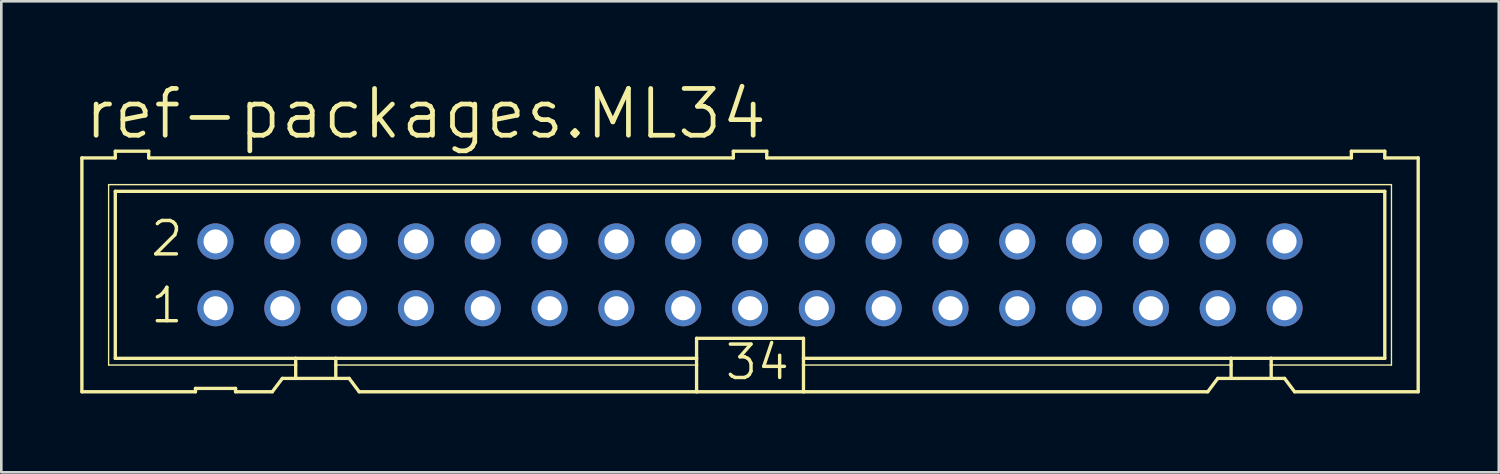
<source format=kicad_pcb>
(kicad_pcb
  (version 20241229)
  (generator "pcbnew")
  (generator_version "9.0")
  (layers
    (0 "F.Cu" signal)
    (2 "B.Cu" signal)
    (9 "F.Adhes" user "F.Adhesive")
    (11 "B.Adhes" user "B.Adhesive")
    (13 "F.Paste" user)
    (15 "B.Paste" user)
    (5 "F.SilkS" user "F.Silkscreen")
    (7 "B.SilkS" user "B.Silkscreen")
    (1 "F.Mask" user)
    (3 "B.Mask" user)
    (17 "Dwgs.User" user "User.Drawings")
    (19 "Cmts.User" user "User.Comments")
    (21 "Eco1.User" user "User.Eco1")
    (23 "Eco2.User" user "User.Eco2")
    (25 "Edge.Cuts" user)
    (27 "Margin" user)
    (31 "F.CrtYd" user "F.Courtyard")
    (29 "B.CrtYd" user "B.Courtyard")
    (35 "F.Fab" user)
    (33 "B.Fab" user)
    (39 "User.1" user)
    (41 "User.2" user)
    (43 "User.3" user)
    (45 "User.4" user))
  (footprint "ref-packages.ML34"
    (layer "F.Cu")
    (at 25.463 7.398)
    (property "Reference" "ref-packages.ML34" (at -25.4 -5.08 0) (layer "F.SilkS") (effects (font (size 1.778 1.778) (thickness 0.18)) (justify left bottom)))
    (attr through_hole)
    (fp_line (start -25.4 -4.445) (end -25.4 4.445) (stroke (width 0.127) (type default)) (layer "F.SilkS"))
    (fp_line (start -25.4 -4.445) (end -24.13 -4.445) (stroke (width 0.127) (type default)) (layer "F.SilkS"))
    (fp_line (start -25.4 4.445) (end -21.082 4.445) (stroke (width 0.127) (type default)) (layer "F.SilkS"))
    (fp_line (start -24.384 -3.429) (end -24.384 3.429) (stroke (width 0.051) (type default)) (layer "F.SilkS"))
    (fp_line (start -24.384 3.429) (end -17.272 3.429) (stroke (width 0.051) (type default)) (layer "F.SilkS"))
    (fp_line (start -24.13 -4.699) (end -24.13 -4.445) (stroke (width 0.127) (type default)) (layer "F.SilkS"))
    (fp_line (start -24.13 -3.175) (end -24.13 3.175) (stroke (width 0.127) (type default)) (layer "F.SilkS"))
    (fp_line (start -24.13 -3.175) (end 24.13 -3.175) (stroke (width 0.127) (type default)) (layer "F.SilkS"))
    (fp_line (start -22.86 -4.699) (end -24.13 -4.699) (stroke (width 0.127) (type default)) (layer "F.SilkS"))
    (fp_line (start -22.86 -4.699) (end -22.86 -4.445) (stroke (width 0.127) (type default)) (layer "F.SilkS"))
    (fp_line (start -22.86 -4.445) (end -0.635 -4.445) (stroke (width 0.127) (type default)) (layer "F.SilkS"))
    (fp_line (start -21.082 4.318) (end -21.082 4.445) (stroke (width 0.127) (type default)) (layer "F.SilkS"))
    (fp_line (start -21.082 4.318) (end -19.558 4.318) (stroke (width 0.127) (type default)) (layer "F.SilkS"))
    (fp_line (start -19.558 4.445) (end -19.558 4.318) (stroke (width 0.127) (type default)) (layer "F.SilkS"))
    (fp_line (start -19.558 4.445) (end -18.161 4.445) (stroke (width 0.127) (type default)) (layer "F.SilkS"))
    (fp_line (start -18.161 4.445) (end -17.78 3.937) (stroke (width 0.127) (type default)) (layer "F.SilkS"))
    (fp_line (start -17.272 3.175) (end -24.13 3.175) (stroke (width 0.127) (type default)) (layer "F.SilkS"))
    (fp_line (start -17.272 3.175) (end -17.272 3.429) (stroke (width 0.127) (type default)) (layer "F.SilkS"))
    (fp_line (start -17.272 3.429) (end -17.272 3.937) (stroke (width 0.127) (type default)) (layer "F.SilkS"))
    (fp_line (start -17.272 3.937) (end -17.78 3.937) (stroke (width 0.127) (type default)) (layer "F.SilkS"))
    (fp_line (start -15.748 3.175) (end -17.272 3.175) (stroke (width 0.127) (type default)) (layer "F.SilkS"))
    (fp_line (start -15.748 3.175) (end -15.748 3.429) (stroke (width 0.127) (type default)) (layer "F.SilkS"))
    (fp_line (start -15.748 3.429) (end -15.748 3.937) (stroke (width 0.127) (type default)) (layer "F.SilkS"))
    (fp_line (start -15.748 3.429) (end -2.032 3.429) (stroke (width 0.051) (type default)) (layer "F.SilkS"))
    (fp_line (start -15.748 3.937) (end -17.272 3.937) (stroke (width 0.127) (type default)) (layer "F.SilkS"))
    (fp_line (start -15.24 3.937) (end -15.748 3.937) (stroke (width 0.127) (type default)) (layer "F.SilkS"))
    (fp_line (start -15.24 3.937) (end -14.859 4.445) (stroke (width 0.127) (type default)) (layer "F.SilkS"))
    (fp_line (start -14.859 4.445) (end -2.032 4.445) (stroke (width 0.127) (type default)) (layer "F.SilkS"))
    (fp_line (start -2.032 3.175) (end -15.748 3.175) (stroke (width 0.127) (type default)) (layer "F.SilkS"))
    (fp_line (start -2.032 3.175) (end -2.032 2.413) (stroke (width 0.127) (type default)) (layer "F.SilkS"))
    (fp_line (start -2.032 3.175) (end -2.032 3.429) (stroke (width 0.127) (type default)) (layer "F.SilkS"))
    (fp_line (start -2.032 3.429) (end -2.032 4.445) (stroke (width 0.127) (type default)) (layer "F.SilkS"))
    (fp_line (start -0.635 -4.699) (end -0.635 -4.445) (stroke (width 0.127) (type default)) (layer "F.SilkS"))
    (fp_line (start 0.635 -4.699) (end -0.635 -4.699) (stroke (width 0.127) (type default)) (layer "F.SilkS"))
    (fp_line (start 0.635 -4.699) (end 0.635 -4.445) (stroke (width 0.127) (type default)) (layer "F.SilkS"))
    (fp_line (start 0.635 -4.445) (end 22.86 -4.445) (stroke (width 0.127) (type default)) (layer "F.SilkS"))
    (fp_line (start 2.032 2.413) (end -2.032 2.413) (stroke (width 0.127) (type default)) (layer "F.SilkS"))
    (fp_line (start 2.032 2.413) (end 2.032 3.175) (stroke (width 0.127) (type default)) (layer "F.SilkS"))
    (fp_line (start 2.032 3.175) (end 2.032 3.429) (stroke (width 0.127) (type default)) (layer "F.SilkS"))
    (fp_line (start 2.032 3.429) (end 2.032 4.445) (stroke (width 0.127) (type default)) (layer "F.SilkS"))
    (fp_line (start 2.032 4.445) (end -2.032 4.445) (stroke (width 0.127) (type default)) (layer "F.SilkS"))
    (fp_line (start 17.399 4.445) (end 2.032 4.445) (stroke (width 0.127) (type default)) (layer "F.SilkS"))
    (fp_line (start 17.399 4.445) (end 17.78 3.937) (stroke (width 0.127) (type default)) (layer "F.SilkS"))
    (fp_line (start 18.288 3.175) (end 2.032 3.175) (stroke (width 0.127) (type default)) (layer "F.SilkS"))
    (fp_line (start 18.288 3.175) (end 18.288 3.429) (stroke (width 0.127) (type default)) (layer "F.SilkS"))
    (fp_line (start 18.288 3.429) (end 2.032 3.429) (stroke (width 0.051) (type default)) (layer "F.SilkS"))
    (fp_line (start 18.288 3.429) (end 18.288 3.937) (stroke (width 0.127) (type default)) (layer "F.SilkS"))
    (fp_line (start 18.288 3.937) (end 17.78 3.937) (stroke (width 0.127) (type default)) (layer "F.SilkS"))
    (fp_line (start 19.812 3.175) (end 18.288 3.175) (stroke (width 0.127) (type default)) (layer "F.SilkS"))
    (fp_line (start 19.812 3.175) (end 19.812 3.429) (stroke (width 0.127) (type default)) (layer "F.SilkS"))
    (fp_line (start 19.812 3.429) (end 19.812 3.937) (stroke (width 0.127) (type default)) (layer "F.SilkS"))
    (fp_line (start 19.812 3.429) (end 24.384 3.429) (stroke (width 0.051) (type default)) (layer "F.SilkS"))
    (fp_line (start 19.812 3.937) (end 18.288 3.937) (stroke (width 0.127) (type default)) (layer "F.SilkS"))
    (fp_line (start 20.32 3.937) (end 19.812 3.937) (stroke (width 0.127) (type default)) (layer "F.SilkS"))
    (fp_line (start 20.32 3.937) (end 20.701 4.445) (stroke (width 0.127) (type default)) (layer "F.SilkS"))
    (fp_line (start 22.86 -4.445) (end 22.86 -4.699) (stroke (width 0.127) (type default)) (layer "F.SilkS"))
    (fp_line (start 24.13 -4.699) (end 22.86 -4.699) (stroke (width 0.127) (type default)) (layer "F.SilkS"))
    (fp_line (start 24.13 -4.445) (end 24.13 -4.699) (stroke (width 0.127) (type default)) (layer "F.SilkS"))
    (fp_line (start 24.13 -4.445) (end 25.4 -4.445) (stroke (width 0.127) (type default)) (layer "F.SilkS"))
    (fp_line (start 24.13 3.175) (end 19.812 3.175) (stroke (width 0.127) (type default)) (layer "F.SilkS"))
    (fp_line (start 24.13 3.175) (end 24.13 -3.175) (stroke (width 0.127) (type default)) (layer "F.SilkS"))
    (fp_line (start 24.384 -3.429) (end -24.384 -3.429) (stroke (width 0.051) (type default)) (layer "F.SilkS"))
    (fp_line (start 24.384 3.429) (end 24.384 -3.429) (stroke (width 0.051) (type default)) (layer "F.SilkS"))
    (fp_line (start 25.4 4.445) (end 20.701 4.445) (stroke (width 0.127) (type default)) (layer "F.SilkS"))
    (fp_line (start 25.4 4.445) (end 25.4 -4.445) (stroke (width 0.127) (type default)) (layer "F.SilkS"))
    (fp_rect (start -20.574 -1.016) (end -20.066 -1.524) (stroke (width 0.05) (type default)) (fill no) (layer "F.Fab"))
    (fp_rect (start -20.574 1.524) (end -20.066 1.016) (stroke (width 0.05) (type default)) (fill no) (layer "F.Fab"))
    (fp_rect (start -18.034 -1.016) (end -17.526 -1.524) (stroke (width 0.05) (type default)) (fill no) (layer "F.Fab"))
    (fp_rect (start -18.034 1.524) (end -17.526 1.016) (stroke (width 0.05) (type default)) (fill no) (layer "F.Fab"))
    (fp_rect (start -15.494 -1.016) (end -14.986 -1.524) (stroke (width 0.05) (type default)) (fill no) (layer "F.Fab"))
    (fp_rect (start -15.494 1.524) (end -14.986 1.016) (stroke (width 0.05) (type default)) (fill no) (layer "F.Fab"))
    (fp_rect (start -12.954 -1.016) (end -12.446 -1.524) (stroke (width 0.05) (type default)) (fill no) (layer "F.Fab"))
    (fp_rect (start -12.954 1.524) (end -12.446 1.016) (stroke (width 0.05) (type default)) (fill no) (layer "F.Fab"))
    (fp_rect (start -10.414 -1.016) (end -9.906 -1.524) (stroke (width 0.05) (type default)) (fill no) (layer "F.Fab"))
    (fp_rect (start -10.414 1.524) (end -9.906 1.016) (stroke (width 0.05) (type default)) (fill no) (layer "F.Fab"))
    (fp_rect (start -7.874 -1.016) (end -7.366 -1.524) (stroke (width 0.05) (type default)) (fill no) (layer "F.Fab"))
    (fp_rect (start -7.874 1.524) (end -7.366 1.016) (stroke (width 0.05) (type default)) (fill no) (layer "F.Fab"))
    (fp_rect (start -5.334 -1.016) (end -4.826 -1.524) (stroke (width 0.05) (type default)) (fill no) (layer "F.Fab"))
    (fp_rect (start -5.334 1.524) (end -4.826 1.016) (stroke (width 0.05) (type default)) (fill no) (layer "F.Fab"))
    (fp_rect (start -2.794 -1.016) (end -2.286 -1.524) (stroke (width 0.05) (type default)) (fill no) (layer "F.Fab"))
    (fp_rect (start -2.794 1.524) (end -2.286 1.016) (stroke (width 0.05) (type default)) (fill no) (layer "F.Fab"))
    (fp_rect (start -0.254 -1.016) (end 0.254 -1.524) (stroke (width 0.05) (type default)) (fill no) (layer "F.Fab"))
    (fp_rect (start -0.254 1.524) (end 0.254 1.016) (stroke (width 0.05) (type default)) (fill no) (layer "F.Fab"))
    (fp_rect (start 2.286 -1.016) (end 2.794 -1.524) (stroke (width 0.05) (type default)) (fill no) (layer "F.Fab"))
    (fp_rect (start 2.286 1.524) (end 2.794 1.016) (stroke (width 0.05) (type default)) (fill no) (layer "F.Fab"))
    (fp_rect (start 4.826 -1.016) (end 5.334 -1.524) (stroke (width 0.05) (type default)) (fill no) (layer "F.Fab"))
    (fp_rect (start 4.826 1.524) (end 5.334 1.016) (stroke (width 0.05) (type default)) (fill no) (layer "F.Fab"))
    (fp_rect (start 7.366 -1.016) (end 7.874 -1.524) (stroke (width 0.05) (type default)) (fill no) (layer "F.Fab"))
    (fp_rect (start 7.366 1.524) (end 7.874 1.016) (stroke (width 0.05) (type default)) (fill no) (layer "F.Fab"))
    (fp_rect (start 9.906 -1.016) (end 10.414 -1.524) (stroke (width 0.05) (type default)) (fill no) (layer "F.Fab"))
    (fp_rect (start 9.906 1.524) (end 10.414 1.016) (stroke (width 0.05) (type default)) (fill no) (layer "F.Fab"))
    (fp_rect (start 12.446 -1.016) (end 12.954 -1.524) (stroke (width 0.05) (type default)) (fill no) (layer "F.Fab"))
    (fp_rect (start 12.446 1.524) (end 12.954 1.016) (stroke (width 0.05) (type default)) (fill no) (layer "F.Fab"))
    (fp_rect (start 14.986 -1.016) (end 15.494 -1.524) (stroke (width 0.05) (type default)) (fill no) (layer "F.Fab"))
    (fp_rect (start 14.986 1.524) (end 15.494 1.016) (stroke (width 0.05) (type default)) (fill no) (layer "F.Fab"))
    (fp_rect (start 17.526 -1.016) (end 18.034 -1.524) (stroke (width 0.05) (type default)) (fill no) (layer "F.Fab"))
    (fp_rect (start 17.526 1.524) (end 18.034 1.016) (stroke (width 0.05) (type default)) (fill no) (layer "F.Fab"))
    (fp_rect (start 20.066 -1.016) (end 20.574 -1.524) (stroke (width 0.05) (type default)) (fill no) (layer "F.Fab"))
    (fp_rect (start 20.066 1.524) (end 20.574 1.016) (stroke (width 0.05) (type default)) (fill no) (layer "F.Fab"))
    (fp_text user "1" (at -22.86 1.905 0) (layer "F.SilkS") (effects (font (size 1.27 1.27) (thickness 0.13)) (justify left bottom)))
    (fp_text user "34" (at -1.016 4.064 0) (layer "F.SilkS") (effects (font (size 1.27 1.27) (thickness 0.13)) (justify left bottom)))
    (fp_text user "2" (at -22.86 -0.635 0) (layer "F.SilkS") (effects (font (size 1.27 1.27) (thickness 0.13)) (justify left bottom)))
    (pad "1" thru_hole circle (at -20.32 1.27) (size 1.372 1.372) (drill 0.914) (layers "*.Cu" "*.Mask"))
    (pad "2" thru_hole circle (at -20.32 -1.27) (size 1.372 1.372) (drill 0.914) (layers "*.Cu" "*.Mask"))
    (pad "3" thru_hole circle (at -17.78 1.27) (size 1.372 1.372) (drill 0.914) (layers "*.Cu" "*.Mask"))
    (pad "4" thru_hole circle (at -17.78 -1.27) (size 1.372 1.372) (drill 0.914) (layers "*.Cu" "*.Mask"))
    (pad "5" thru_hole circle (at -15.24 1.27) (size 1.372 1.372) (drill 0.914) (layers "*.Cu" "*.Mask"))
    (pad "6" thru_hole circle (at -15.24 -1.27) (size 1.372 1.372) (drill 0.914) (layers "*.Cu" "*.Mask"))
    (pad "7" thru_hole circle (at -12.7 1.27) (size 1.372 1.372) (drill 0.914) (layers "*.Cu" "*.Mask"))
    (pad "8" thru_hole circle (at -12.7 -1.27) (size 1.372 1.372) (drill 0.914) (layers "*.Cu" "*.Mask"))
    (pad "9" thru_hole circle (at -10.16 1.27) (size 1.372 1.372) (drill 0.914) (layers "*.Cu" "*.Mask"))
    (pad "10" thru_hole circle (at -10.16 -1.27) (size 1.372 1.372) (drill 0.914) (layers "*.Cu" "*.Mask"))
    (pad "11" thru_hole circle (at -7.62 1.27) (size 1.372 1.372) (drill 0.914) (layers "*.Cu" "*.Mask"))
    (pad "12" thru_hole circle (at -7.62 -1.27) (size 1.372 1.372) (drill 0.914) (layers "*.Cu" "*.Mask"))
    (pad "13" thru_hole circle (at -5.08 1.27) (size 1.372 1.372) (drill 0.914) (layers "*.Cu" "*.Mask"))
    (pad "14" thru_hole circle (at -5.08 -1.27) (size 1.372 1.372) (drill 0.914) (layers "*.Cu" "*.Mask"))
    (pad "15" thru_hole circle (at -2.54 1.27) (size 1.372 1.372) (drill 0.914) (layers "*.Cu" "*.Mask"))
    (pad "16" thru_hole circle (at -2.54 -1.27) (size 1.372 1.372) (drill 0.914) (layers "*.Cu" "*.Mask"))
    (pad "17" thru_hole circle (at 0 1.27) (size 1.372 1.372) (drill 0.914) (layers "*.Cu" "*.Mask"))
    (pad "18" thru_hole circle (at 0 -1.27) (size 1.372 1.372) (drill 0.914) (layers "*.Cu" "*.Mask"))
    (pad "19" thru_hole circle (at 2.54 1.27) (size 1.372 1.372) (drill 0.914) (layers "*.Cu" "*.Mask"))
    (pad "20" thru_hole circle (at 2.54 -1.27) (size 1.372 1.372) (drill 0.914) (layers "*.Cu" "*.Mask"))
    (pad "21" thru_hole circle (at 5.08 1.27) (size 1.372 1.372) (drill 0.914) (layers "*.Cu" "*.Mask"))
    (pad "22" thru_hole circle (at 5.08 -1.27) (size 1.372 1.372) (drill 0.914) (layers "*.Cu" "*.Mask"))
    (pad "23" thru_hole circle (at 7.62 1.27) (size 1.372 1.372) (drill 0.914) (layers "*.Cu" "*.Mask"))
    (pad "24" thru_hole circle (at 7.62 -1.27) (size 1.372 1.372) (drill 0.914) (layers "*.Cu" "*.Mask"))
    (pad "25" thru_hole circle (at 10.16 1.27) (size 1.372 1.372) (drill 0.914) (layers "*.Cu" "*.Mask"))
    (pad "26" thru_hole circle (at 10.16 -1.27) (size 1.372 1.372) (drill 0.914) (layers "*.Cu" "*.Mask"))
    (pad "27" thru_hole circle (at 12.7 1.27) (size 1.372 1.372) (drill 0.914) (layers "*.Cu" "*.Mask"))
    (pad "28" thru_hole circle (at 12.7 -1.27) (size 1.372 1.372) (drill 0.914) (layers "*.Cu" "*.Mask"))
    (pad "29" thru_hole circle (at 15.24 1.27) (size 1.372 1.372) (drill 0.914) (layers "*.Cu" "*.Mask"))
    (pad "30" thru_hole circle (at 15.24 -1.27) (size 1.372 1.372) (drill 0.914) (layers "*.Cu" "*.Mask"))
    (pad "31" thru_hole circle (at 17.78 1.27) (size 1.372 1.372) (drill 0.914) (layers "*.Cu" "*.Mask"))
    (pad "32" thru_hole circle (at 17.78 -1.27) (size 1.372 1.372) (drill 0.914) (layers "*.Cu" "*.Mask"))
    (pad "33" thru_hole circle (at 20.32 1.27) (size 1.372 1.372) (drill 0.914) (layers "*.Cu" "*.Mask"))
    (pad "34" thru_hole circle (at 20.32 -1.27) (size 1.372 1.372) (drill 0.914) (layers "*.Cu" "*.Mask")))
  (gr_rect
    (start -3 -3)
    (end 53.927 14.906)
    (stroke (width 0.1) (type default))
    (fill no)
    (layer "Edge.Cuts")))
</source>
